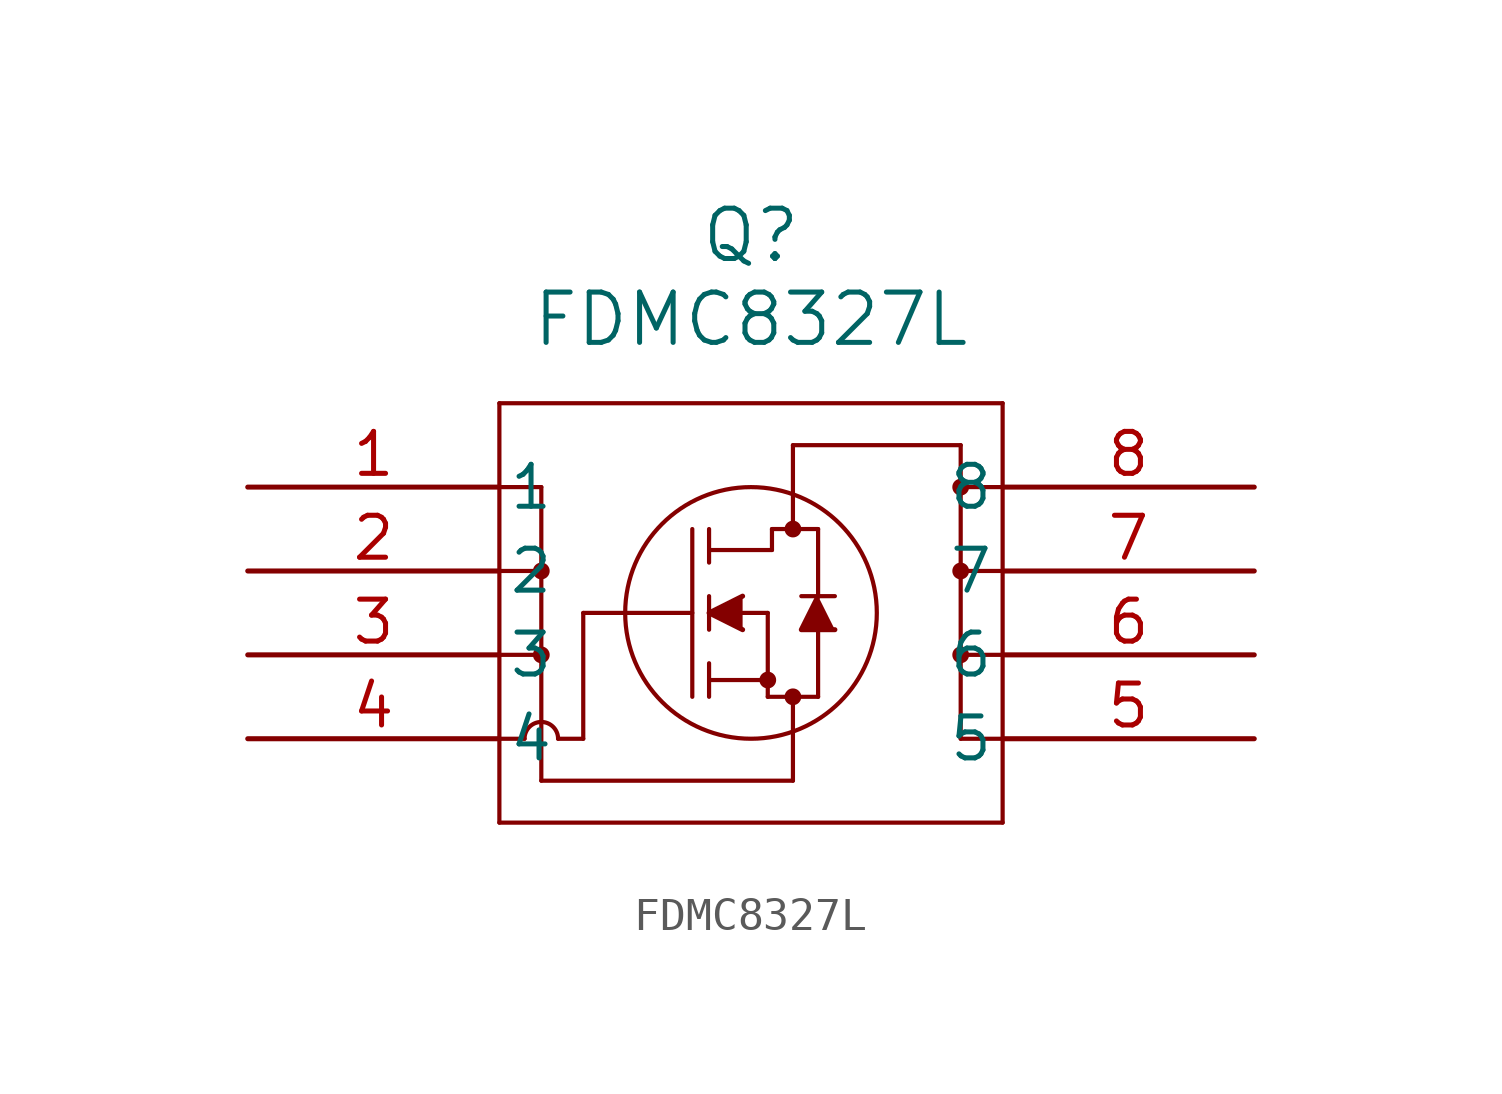
<source format=kicad_sym>
(kicad_symbol_lib
  (version 20211014)
  (generator kicad_symbol_editor)
  (symbol "FDMC8327L"
    (pin_names
      (offset 0.254))
    (property "Reference" "Q"
      (at 15.24 7.62 0)
      (effects (font (size 1.524 1.524))))
    (property "Value" "FDMC8327L"
      (at 15.24 5.08 0)
      (effects (font (size 1.524 1.524))))
    (symbol "FDMC8327L_0_1"
      (polyline (pts (xy 7.62 2.54) (xy 7.62 -10.16)) (stroke (width 0.127) (type default) (color 0 0 0 0)) (fill (type none)))
      (polyline (pts (xy 7.62 -10.16) (xy 22.86 -10.16)) (stroke (width 0.127) (type default) (color 0 0 0 0)) (fill (type none)))
      (polyline (pts (xy 22.86 -10.16) (xy 22.86 2.54)) (stroke (width 0.127) (type default) (color 0 0 0 0)) (fill (type none)))
      (polyline (pts (xy 22.86 2.54) (xy 7.62 2.54)) (stroke (width 0.127) (type default) (color 0 0 0 0)) (fill (type none)))
      (circle (center 16.51 -1.27) (radius 0.127) (stroke (width 0.254) (type default) (color 0 0 0 0)) (fill (type none)))
      (circle (center 16.51 -6.35) (radius 0.127) (stroke (width 0.254) (type default) (color 0 0 0 0)) (fill (type none)))
      (circle (center 15.748 -5.842) (radius 0.127) (stroke (width 0.254) (type default) (color 0 0 0 0)) (fill (type none)))
      (circle (center 15.24 -3.81) (radius 3.81) (stroke (width 0.127) (type default) (color 0 0 0 0)) (fill (type none)))
      (polyline (pts (xy 10.16 -3.81) (xy 13.462 -3.81)) (stroke (width 0.127) (type default) (color 0 0 0 0)) (fill (type none)))
      (polyline (pts (xy 13.462 -6.35) (xy 13.462 -1.27)) (stroke (width 0.127) (type default) (color 0 0 0 0)) (fill (type none)))
      (polyline (pts (xy 13.97 -4.318) (xy 13.97 -3.302)) (stroke (width 0.127) (type default) (color 0 0 0 0)) (fill (type none)))
      (polyline (pts (xy 13.97 -6.35) (xy 13.97 -5.334)) (stroke (width 0.127) (type default) (color 0 0 0 0)) (fill (type none)))
      (polyline (pts (xy 13.97 -2.286) (xy 13.97 -1.27)) (stroke (width 0.127) (type default) (color 0 0 0 0)) (fill (type none)))
      (polyline (pts (xy 14.986 -3.81) (xy 15.748 -3.81)) (stroke (width 0.127) (type default) (color 0 0 0 0)) (fill (type none)))
      (polyline (pts (xy 13.97 -5.842) (xy 15.748 -5.842)) (stroke (width 0.127) (type default) (color 0 0 0 0)) (fill (type none)))
      (polyline (pts (xy 15.748 -6.35) (xy 15.748 -3.81)) (stroke (width 0.127) (type default) (color 0 0 0 0)) (fill (type none)))
      (polyline (pts (xy 15.748 -6.35) (xy 17.272 -6.35)) (stroke (width 0.127) (type default) (color 0 0 0 0)) (fill (type none)))
      (polyline (pts (xy 13.97 -1.905) (xy 15.875 -1.905)) (stroke (width 0.127) (type default) (color 0 0 0 0)) (fill (type none)))
      (polyline (pts (xy 17.272 -3.302) (xy 17.272 -1.27)) (stroke (width 0.127) (type default) (color 0 0 0 0)) (fill (type none)))
      (polyline (pts (xy 17.272 -6.35) (xy 17.272 -4.318)) (stroke (width 0.127) (type default) (color 0 0 0 0)) (fill (type none)))
      (polyline (pts (xy 17.78 -3.302) (xy 16.764 -3.302)) (stroke (width 0.127) (type default) (color 0 0 0 0)) (fill (type none)))
      (polyline (pts (xy 15.875 -1.27) (xy 17.272 -1.27)) (stroke (width 0.127) (type default) (color 0 0 0 0)) (fill (type none)))
      (polyline (pts (xy 15.875 -1.905) (xy 15.875 -1.27)) (stroke (width 0.127) (type default) (color 0 0 0 0)) (fill (type none)))
      (polyline (pts (xy 7.62 -7.62) (xy 8.382 -7.62)) (stroke (width 0.127) (type default) (color 0 0 0 0)) (fill (type none)))
      (polyline (pts (xy 8.89 0) (xy 8.89 -8.89)) (stroke (width 0.127) (type default) (color 0 0 0 0)) (fill (type none)))
      (polyline (pts (xy 7.62 0) (xy 8.89 0)) (stroke (width 0.127) (type default) (color 0 0 0 0)) (fill (type none)))
      (polyline (pts (xy 7.62 -2.54) (xy 8.89 -2.54)) (stroke (width 0.127) (type default) (color 0 0 0 0)) (fill (type none)))
      (polyline (pts (xy 7.62 -5.08) (xy 8.89 -5.08)) (stroke (width 0.127) (type default) (color 0 0 0 0)) (fill (type none)))
      (arc (start 9.398 -7.62) (mid 8.89 -7.112) (end 8.382 -7.62) (stroke (width 0.127) (type default) (color 0 0 0 0)) (fill (type none)))
      (polyline (pts (xy 10.16 -7.62) (xy 9.398 -7.62)) (stroke (width 0.127) (type default) (color 0 0 0 0)) (fill (type none)))
      (polyline (pts (xy 8.89 -8.89) (xy 16.51 -8.89)) (stroke (width 0.127) (type default) (color 0 0 0 0)) (fill (type none)))
      (polyline (pts (xy 16.51 -8.89) (xy 16.51 -6.35)) (stroke (width 0.127) (type default) (color 0 0 0 0)) (fill (type none)))
      (polyline (pts (xy 22.86 -7.62) (xy 21.59 -7.62)) (stroke (width 0.127) (type default) (color 0 0 0 0)) (fill (type none)))
      (polyline (pts (xy 21.59 -7.62) (xy 21.59 1.27)) (stroke (width 0.127) (type default) (color 0 0 0 0)) (fill (type none)))
      (polyline (pts (xy 22.86 -5.08) (xy 21.59 -5.08)) (stroke (width 0.127) (type default) (color 0 0 0 0)) (fill (type none)))
      (polyline (pts (xy 22.86 -2.54) (xy 21.59 -2.54)) (stroke (width 0.127) (type default) (color 0 0 0 0)) (fill (type none)))
      (polyline (pts (xy 21.59 1.27) (xy 16.51 1.27)) (stroke (width 0.127) (type default) (color 0 0 0 0)) (fill (type none)))
      (polyline (pts (xy 16.51 1.27) (xy 16.51 -1.27)) (stroke (width 0.127) (type default) (color 0 0 0 0)) (fill (type none)))
      (circle (center 8.89 -2.54) (radius 0.127) (stroke (width 0.254) (type default) (color 0 0 0 0)) (fill (type none)))
      (circle (center 8.89 -5.08) (radius 0.127) (stroke (width 0.254) (type default) (color 0 0 0 0)) (fill (type none)))
      (polyline (pts (xy 10.16 -3.81) (xy 10.16 -7.62)) (stroke (width 0.127) (type default) (color 0 0 0 0)) (fill (type none)))
      (circle (center 21.59 0) (radius 0.127) (stroke (width 0.254) (type default) (color 0 0 0 0)) (fill (type none)))
      (circle (center 21.59 -2.54) (radius 0.127) (stroke (width 0.254) (type default) (color 0 0 0 0)) (fill (type none)))
      (circle (center 21.59 -5.08) (radius 0.127) (stroke (width 0.254) (type default) (color 0 0 0 0)) (fill (type none)))
      (polyline (pts (xy 14.986 -3.302) (xy 13.97 -3.81) (xy 14.986 -4.318)) (stroke (width 0) (type default) (color 0 0 0 0)) (fill (type outline)))
      (polyline (pts (xy 17.78 -4.318) (xy 16.764 -4.318) (xy 17.272 -3.302)) (stroke (width 0) (type default) (color 0 0 0 0)) (fill (type outline)))
      (polyline (pts (xy 22.86 0) (xy 21.59 0)) (stroke (width 0.127) (type default) (color 0 0 0 0)) (fill (type none)))
      (pin unspecified line (at 0 0 0) (length 7.62) (name "1" (effects (font (size 1.27 1.27)))) (number "1" (effects (font (size 1.27 1.27)))))
      (pin unspecified line (at 0 -2.54 0) (length 7.62) (name "2" (effects (font (size 1.27 1.27)))) (number "2" (effects (font (size 1.27 1.27)))))
      (pin unspecified line (at 0 -5.08 0) (length 7.62) (name "3" (effects (font (size 1.27 1.27)))) (number "3" (effects (font (size 1.27 1.27)))))
      (pin unspecified line (at 0 -7.62 0) (length 7.62) (name "4" (effects (font (size 1.27 1.27)))) (number "4" (effects (font (size 1.27 1.27)))))
      (pin unspecified line (at 30.48 -7.62 180) (length 7.62) (name "5" (effects (font (size 1.27 1.27)))) (number "5" (effects (font (size 1.27 1.27)))))
      (pin unspecified line (at 30.48 -5.08 180) (length 7.62) (name "6" (effects (font (size 1.27 1.27)))) (number "6" (effects (font (size 1.27 1.27)))))
      (pin unspecified line (at 30.48 -2.54 180) (length 7.62) (name "7" (effects (font (size 1.27 1.27)))) (number "7" (effects (font (size 1.27 1.27)))))
      (pin unspecified line (at 30.48 0 180) (length 7.62) (name "8" (effects (font (size 1.27 1.27)))) (number "8" (effects (font (size 1.27 1.27))))))))
</source>
